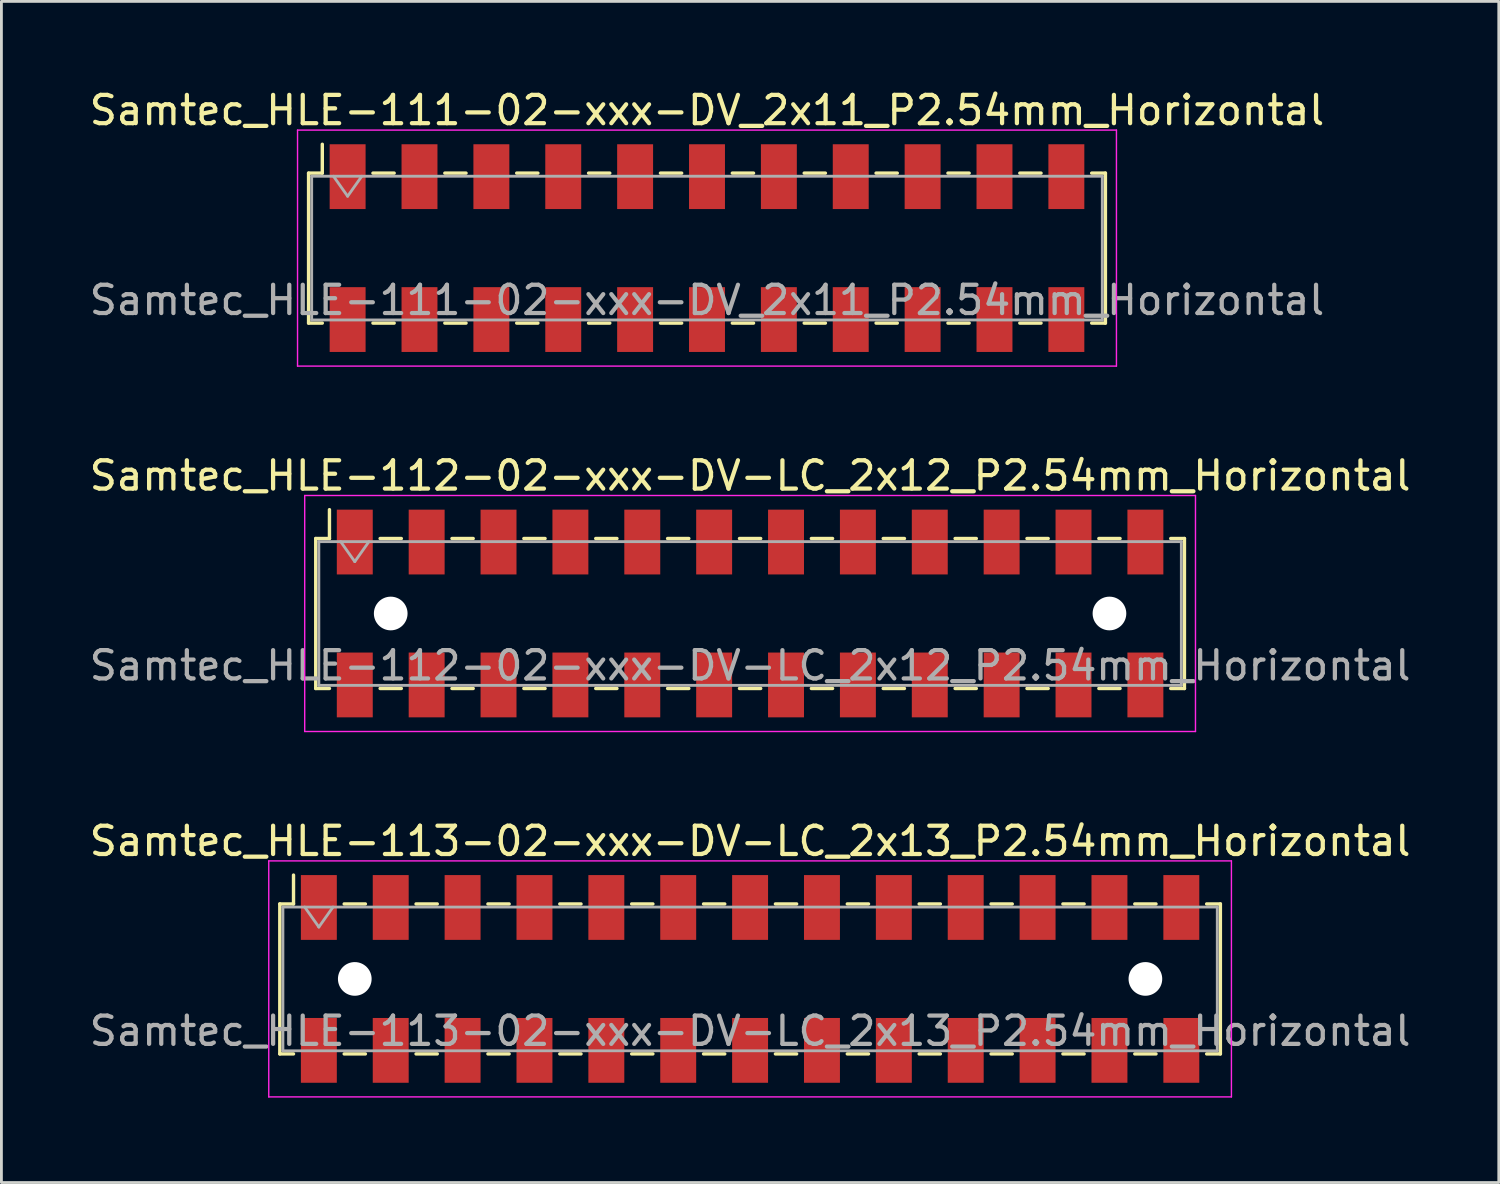
<source format=kicad_pcb>
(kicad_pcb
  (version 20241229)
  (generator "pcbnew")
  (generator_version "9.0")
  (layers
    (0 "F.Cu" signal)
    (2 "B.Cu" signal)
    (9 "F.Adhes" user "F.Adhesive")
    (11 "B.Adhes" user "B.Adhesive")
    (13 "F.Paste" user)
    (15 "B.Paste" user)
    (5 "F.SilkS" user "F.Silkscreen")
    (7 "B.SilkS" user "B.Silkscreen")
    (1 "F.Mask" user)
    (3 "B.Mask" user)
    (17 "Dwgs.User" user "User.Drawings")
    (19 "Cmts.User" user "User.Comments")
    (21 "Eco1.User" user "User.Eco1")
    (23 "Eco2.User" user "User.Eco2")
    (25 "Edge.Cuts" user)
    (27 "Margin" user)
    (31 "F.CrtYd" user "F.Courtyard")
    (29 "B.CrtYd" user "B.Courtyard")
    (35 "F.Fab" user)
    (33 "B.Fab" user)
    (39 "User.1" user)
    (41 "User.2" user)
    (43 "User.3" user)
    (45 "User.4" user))
  (footprint "Samtec_HLE-113-02-xxx-DV-LC_2x13_P2.54mm_Horizontal"
    (layer "F.Cu")
    (at 23.458 31.545)
    (property "Reference" "Samtec_HLE-113-02-xxx-DV-LC_2x13_P2.54mm_Horizontal" (at 0 -4.87 0) (layer "F.SilkS") (effects (font (size 1 1) (thickness 0.15))))
    (attr smd)
    (fp_line (start -16.62 -2.65) (end -16.62 2.65) (stroke (width 0.12) (type solid)) (layer "F.SilkS"))
    (fp_line (start -16.62 2.65) (end -16.135 2.65) (stroke (width 0.12) (type solid)) (layer "F.SilkS"))
    (fp_line (start -16.135 -3.67) (end -16.135 -2.65) (stroke (width 0.12) (type solid)) (layer "F.SilkS"))
    (fp_line (start -16.135 -2.65) (end -16.62 -2.65) (stroke (width 0.12) (type solid)) (layer "F.SilkS"))
    (fp_line (start -14.345 -2.65) (end -13.595 -2.65) (stroke (width 0.12) (type solid)) (layer "F.SilkS"))
    (fp_line (start -14.345 2.65) (end -13.595 2.65) (stroke (width 0.12) (type solid)) (layer "F.SilkS"))
    (fp_line (start -11.805 -2.65) (end -11.055 -2.65) (stroke (width 0.12) (type solid)) (layer "F.SilkS"))
    (fp_line (start -11.805 2.65) (end -11.055 2.65) (stroke (width 0.12) (type solid)) (layer "F.SilkS"))
    (fp_line (start -9.265 -2.65) (end -8.515 -2.65) (stroke (width 0.12) (type solid)) (layer "F.SilkS"))
    (fp_line (start -9.265 2.65) (end -8.515 2.65) (stroke (width 0.12) (type solid)) (layer "F.SilkS"))
    (fp_line (start -6.725 -2.65) (end -5.975 -2.65) (stroke (width 0.12) (type solid)) (layer "F.SilkS"))
    (fp_line (start -6.725 2.65) (end -5.975 2.65) (stroke (width 0.12) (type solid)) (layer "F.SilkS"))
    (fp_line (start -4.185 -2.65) (end -3.435 -2.65) (stroke (width 0.12) (type solid)) (layer "F.SilkS"))
    (fp_line (start -4.185 2.65) (end -3.435 2.65) (stroke (width 0.12) (type solid)) (layer "F.SilkS"))
    (fp_line (start -1.645 -2.65) (end -0.895 -2.65) (stroke (width 0.12) (type solid)) (layer "F.SilkS"))
    (fp_line (start -1.645 2.65) (end -0.895 2.65) (stroke (width 0.12) (type solid)) (layer "F.SilkS"))
    (fp_line (start 0.895 -2.65) (end 1.645 -2.65) (stroke (width 0.12) (type solid)) (layer "F.SilkS"))
    (fp_line (start 0.895 2.65) (end 1.645 2.65) (stroke (width 0.12) (type solid)) (layer "F.SilkS"))
    (fp_line (start 3.435 -2.65) (end 4.185 -2.65) (stroke (width 0.12) (type solid)) (layer "F.SilkS"))
    (fp_line (start 3.435 2.65) (end 4.185 2.65) (stroke (width 0.12) (type solid)) (layer "F.SilkS"))
    (fp_line (start 5.975 -2.65) (end 6.725 -2.65) (stroke (width 0.12) (type solid)) (layer "F.SilkS"))
    (fp_line (start 5.975 2.65) (end 6.725 2.65) (stroke (width 0.12) (type solid)) (layer "F.SilkS"))
    (fp_line (start 8.515 -2.65) (end 9.265 -2.65) (stroke (width 0.12) (type solid)) (layer "F.SilkS"))
    (fp_line (start 8.515 2.65) (end 9.265 2.65) (stroke (width 0.12) (type solid)) (layer "F.SilkS"))
    (fp_line (start 11.055 -2.65) (end 11.805 -2.65) (stroke (width 0.12) (type solid)) (layer "F.SilkS"))
    (fp_line (start 11.055 2.65) (end 11.805 2.65) (stroke (width 0.12) (type solid)) (layer "F.SilkS"))
    (fp_line (start 13.595 -2.65) (end 14.345 -2.65) (stroke (width 0.12) (type solid)) (layer "F.SilkS"))
    (fp_line (start 13.595 2.65) (end 14.345 2.65) (stroke (width 0.12) (type solid)) (layer "F.SilkS"))
    (fp_line (start 16.135 -2.65) (end 16.62 -2.65) (stroke (width 0.12) (type solid)) (layer "F.SilkS"))
    (fp_line (start 16.62 -2.65) (end 16.62 2.65) (stroke (width 0.12) (type solid)) (layer "F.SilkS"))
    (fp_line (start 16.62 2.65) (end 16.135 2.65) (stroke (width 0.12) (type solid)) (layer "F.SilkS"))
    (fp_line (start -17.01 -4.17) (end 17.01 -4.17) (stroke (width 0.05) (type solid)) (layer "F.CrtYd"))
    (fp_line (start -17.01 4.17) (end -17.01 -4.17) (stroke (width 0.05) (type solid)) (layer "F.CrtYd"))
    (fp_line (start 17.01 -4.17) (end 17.01 4.17) (stroke (width 0.05) (type solid)) (layer "F.CrtYd"))
    (fp_line (start 17.01 4.17) (end -17.01 4.17) (stroke (width 0.05) (type solid)) (layer "F.CrtYd"))
    (fp_line (start -16.51 -2.54) (end 16.51 -2.54) (stroke (width 0.1) (type solid)) (layer "F.Fab"))
    (fp_line (start -16.51 2.54) (end -16.51 -2.54) (stroke (width 0.1) (type solid)) (layer "F.Fab"))
    (fp_line (start -15.74 -2.54) (end -15.24 -1.833) (stroke (width 0.1) (type solid)) (layer "F.Fab"))
    (fp_line (start -15.24 -1.833) (end -14.74 -2.54) (stroke (width 0.1) (type solid)) (layer "F.Fab"))
    (fp_line (start 16.51 -2.54) (end 16.51 2.54) (stroke (width 0.1) (type solid)) (layer "F.Fab"))
    (fp_line (start 16.51 2.54) (end -16.51 2.54) (stroke (width 0.1) (type solid)) (layer "F.Fab"))
    (fp_text user "${REFERENCE}" (at 0 1.84 0) (layer "F.Fab") (effects (font (size 1 1) (thickness 0.15))))
    (pad "" np_thru_hole circle (at -13.97 0) (size 1.19 1.19) (drill 1.19) (layers "*.Cu" "*.Mask"))
    (pad "" np_thru_hole circle (at 13.97 0) (size 1.19 1.19) (drill 1.19) (layers "*.Cu" "*.Mask"))
    (pad "1" smd rect (at -15.24 -2.525) (size 1.27 2.29) (layers "F.Cu" "F.Mask" "F.Paste"))
    (pad "2" smd rect (at -15.24 2.525) (size 1.27 2.29) (layers "F.Cu" "F.Mask" "F.Paste"))
    (pad "3" smd rect (at -12.7 -2.525) (size 1.27 2.29) (layers "F.Cu" "F.Mask" "F.Paste"))
    (pad "4" smd rect (at -12.7 2.525) (size 1.27 2.29) (layers "F.Cu" "F.Mask" "F.Paste"))
    (pad "5" smd rect (at -10.16 -2.525) (size 1.27 2.29) (layers "F.Cu" "F.Mask" "F.Paste"))
    (pad "6" smd rect (at -10.16 2.525) (size 1.27 2.29) (layers "F.Cu" "F.Mask" "F.Paste"))
    (pad "7" smd rect (at -7.62 -2.525) (size 1.27 2.29) (layers "F.Cu" "F.Mask" "F.Paste"))
    (pad "8" smd rect (at -7.62 2.525) (size 1.27 2.29) (layers "F.Cu" "F.Mask" "F.Paste"))
    (pad "9" smd rect (at -5.08 -2.525) (size 1.27 2.29) (layers "F.Cu" "F.Mask" "F.Paste"))
    (pad "10" smd rect (at -5.08 2.525) (size 1.27 2.29) (layers "F.Cu" "F.Mask" "F.Paste"))
    (pad "11" smd rect (at -2.54 -2.525) (size 1.27 2.29) (layers "F.Cu" "F.Mask" "F.Paste"))
    (pad "12" smd rect (at -2.54 2.525) (size 1.27 2.29) (layers "F.Cu" "F.Mask" "F.Paste"))
    (pad "13" smd rect (at 0 -2.525) (size 1.27 2.29) (layers "F.Cu" "F.Mask" "F.Paste"))
    (pad "14" smd rect (at 0 2.525) (size 1.27 2.29) (layers "F.Cu" "F.Mask" "F.Paste"))
    (pad "15" smd rect (at 2.54 -2.525) (size 1.27 2.29) (layers "F.Cu" "F.Mask" "F.Paste"))
    (pad "16" smd rect (at 2.54 2.525) (size 1.27 2.29) (layers "F.Cu" "F.Mask" "F.Paste"))
    (pad "17" smd rect (at 5.08 -2.525) (size 1.27 2.29) (layers "F.Cu" "F.Mask" "F.Paste"))
    (pad "18" smd rect (at 5.08 2.525) (size 1.27 2.29) (layers "F.Cu" "F.Mask" "F.Paste"))
    (pad "19" smd rect (at 7.62 -2.525) (size 1.27 2.29) (layers "F.Cu" "F.Mask" "F.Paste"))
    (pad "20" smd rect (at 7.62 2.525) (size 1.27 2.29) (layers "F.Cu" "F.Mask" "F.Paste"))
    (pad "21" smd rect (at 10.16 -2.525) (size 1.27 2.29) (layers "F.Cu" "F.Mask" "F.Paste"))
    (pad "22" smd rect (at 10.16 2.525) (size 1.27 2.29) (layers "F.Cu" "F.Mask" "F.Paste"))
    (pad "23" smd rect (at 12.7 -2.525) (size 1.27 2.29) (layers "F.Cu" "F.Mask" "F.Paste"))
    (pad "24" smd rect (at 12.7 2.525) (size 1.27 2.29) (layers "F.Cu" "F.Mask" "F.Paste"))
    (pad "25" smd rect (at 15.24 -2.525) (size 1.27 2.29) (layers "F.Cu" "F.Mask" "F.Paste"))
    (pad "26" smd rect (at 15.24 2.525) (size 1.27 2.29) (layers "F.Cu" "F.Mask" "F.Paste")))
  (footprint "Samtec_HLE-111-02-xxx-DV_2x11_P2.54mm_Horizontal"
    (layer "F.Cu")
    (at 21.935 5.718)
    (property "Reference" "Samtec_HLE-111-02-xxx-DV_2x11_P2.54mm_Horizontal" (at 0 -4.87 0) (layer "F.SilkS") (effects (font (size 1 1) (thickness 0.15))))
    (attr smd)
    (fp_line (start -14.08 -2.65) (end -14.08 2.65) (stroke (width 0.12) (type solid)) (layer "F.SilkS"))
    (fp_line (start -14.08 2.65) (end -13.595 2.65) (stroke (width 0.12) (type solid)) (layer "F.SilkS"))
    (fp_line (start -13.595 -3.67) (end -13.595 -2.65) (stroke (width 0.12) (type solid)) (layer "F.SilkS"))
    (fp_line (start -13.595 -2.65) (end -14.08 -2.65) (stroke (width 0.12) (type solid)) (layer "F.SilkS"))
    (fp_line (start -11.805 -2.65) (end -11.055 -2.65) (stroke (width 0.12) (type solid)) (layer "F.SilkS"))
    (fp_line (start -11.805 2.65) (end -11.055 2.65) (stroke (width 0.12) (type solid)) (layer "F.SilkS"))
    (fp_line (start -9.265 -2.65) (end -8.515 -2.65) (stroke (width 0.12) (type solid)) (layer "F.SilkS"))
    (fp_line (start -9.265 2.65) (end -8.515 2.65) (stroke (width 0.12) (type solid)) (layer "F.SilkS"))
    (fp_line (start -6.725 -2.65) (end -5.975 -2.65) (stroke (width 0.12) (type solid)) (layer "F.SilkS"))
    (fp_line (start -6.725 2.65) (end -5.975 2.65) (stroke (width 0.12) (type solid)) (layer "F.SilkS"))
    (fp_line (start -4.185 -2.65) (end -3.435 -2.65) (stroke (width 0.12) (type solid)) (layer "F.SilkS"))
    (fp_line (start -4.185 2.65) (end -3.435 2.65) (stroke (width 0.12) (type solid)) (layer "F.SilkS"))
    (fp_line (start -1.645 -2.65) (end -0.895 -2.65) (stroke (width 0.12) (type solid)) (layer "F.SilkS"))
    (fp_line (start -1.645 2.65) (end -0.895 2.65) (stroke (width 0.12) (type solid)) (layer "F.SilkS"))
    (fp_line (start 0.895 -2.65) (end 1.645 -2.65) (stroke (width 0.12) (type solid)) (layer "F.SilkS"))
    (fp_line (start 0.895 2.65) (end 1.645 2.65) (stroke (width 0.12) (type solid)) (layer "F.SilkS"))
    (fp_line (start 3.435 -2.65) (end 4.185 -2.65) (stroke (width 0.12) (type solid)) (layer "F.SilkS"))
    (fp_line (start 3.435 2.65) (end 4.185 2.65) (stroke (width 0.12) (type solid)) (layer "F.SilkS"))
    (fp_line (start 5.975 -2.65) (end 6.725 -2.65) (stroke (width 0.12) (type solid)) (layer "F.SilkS"))
    (fp_line (start 5.975 2.65) (end 6.725 2.65) (stroke (width 0.12) (type solid)) (layer "F.SilkS"))
    (fp_line (start 8.515 -2.65) (end 9.265 -2.65) (stroke (width 0.12) (type solid)) (layer "F.SilkS"))
    (fp_line (start 8.515 2.65) (end 9.265 2.65) (stroke (width 0.12) (type solid)) (layer "F.SilkS"))
    (fp_line (start 11.055 -2.65) (end 11.805 -2.65) (stroke (width 0.12) (type solid)) (layer "F.SilkS"))
    (fp_line (start 11.055 2.65) (end 11.805 2.65) (stroke (width 0.12) (type solid)) (layer "F.SilkS"))
    (fp_line (start 13.595 -2.65) (end 14.08 -2.65) (stroke (width 0.12) (type solid)) (layer "F.SilkS"))
    (fp_line (start 14.08 -2.65) (end 14.08 2.65) (stroke (width 0.12) (type solid)) (layer "F.SilkS"))
    (fp_line (start 14.08 2.65) (end 13.595 2.65) (stroke (width 0.12) (type solid)) (layer "F.SilkS"))
    (fp_line (start -14.47 -4.17) (end 14.47 -4.17) (stroke (width 0.05) (type solid)) (layer "F.CrtYd"))
    (fp_line (start -14.47 4.17) (end -14.47 -4.17) (stroke (width 0.05) (type solid)) (layer "F.CrtYd"))
    (fp_line (start 14.47 -4.17) (end 14.47 4.17) (stroke (width 0.05) (type solid)) (layer "F.CrtYd"))
    (fp_line (start 14.47 4.17) (end -14.47 4.17) (stroke (width 0.05) (type solid)) (layer "F.CrtYd"))
    (fp_line (start -13.97 -2.54) (end 13.97 -2.54) (stroke (width 0.1) (type solid)) (layer "F.Fab"))
    (fp_line (start -13.97 2.54) (end -13.97 -2.54) (stroke (width 0.1) (type solid)) (layer "F.Fab"))
    (fp_line (start -13.2 -2.54) (end -12.7 -1.833) (stroke (width 0.1) (type solid)) (layer "F.Fab"))
    (fp_line (start -12.7 -1.833) (end -12.2 -2.54) (stroke (width 0.1) (type solid)) (layer "F.Fab"))
    (fp_line (start 13.97 -2.54) (end 13.97 2.54) (stroke (width 0.1) (type solid)) (layer "F.Fab"))
    (fp_line (start 13.97 2.54) (end -13.97 2.54) (stroke (width 0.1) (type solid)) (layer "F.Fab"))
    (fp_text user "${REFERENCE}" (at 0 1.84 0) (layer "F.Fab") (effects (font (size 1 1) (thickness 0.15))))
    (pad "1" smd rect (at -12.7 -2.525) (size 1.27 2.29) (layers "F.Cu" "F.Mask" "F.Paste"))
    (pad "2" smd rect (at -12.7 2.525) (size 1.27 2.29) (layers "F.Cu" "F.Mask" "F.Paste"))
    (pad "3" smd rect (at -10.16 -2.525) (size 1.27 2.29) (layers "F.Cu" "F.Mask" "F.Paste"))
    (pad "4" smd rect (at -10.16 2.525) (size 1.27 2.29) (layers "F.Cu" "F.Mask" "F.Paste"))
    (pad "5" smd rect (at -7.62 -2.525) (size 1.27 2.29) (layers "F.Cu" "F.Mask" "F.Paste"))
    (pad "6" smd rect (at -7.62 2.525) (size 1.27 2.29) (layers "F.Cu" "F.Mask" "F.Paste"))
    (pad "7" smd rect (at -5.08 -2.525) (size 1.27 2.29) (layers "F.Cu" "F.Mask" "F.Paste"))
    (pad "8" smd rect (at -5.08 2.525) (size 1.27 2.29) (layers "F.Cu" "F.Mask" "F.Paste"))
    (pad "9" smd rect (at -2.54 -2.525) (size 1.27 2.29) (layers "F.Cu" "F.Mask" "F.Paste"))
    (pad "10" smd rect (at -2.54 2.525) (size 1.27 2.29) (layers "F.Cu" "F.Mask" "F.Paste"))
    (pad "11" smd rect (at 0 -2.525) (size 1.27 2.29) (layers "F.Cu" "F.Mask" "F.Paste"))
    (pad "12" smd rect (at 0 2.525) (size 1.27 2.29) (layers "F.Cu" "F.Mask" "F.Paste"))
    (pad "13" smd rect (at 2.54 -2.525) (size 1.27 2.29) (layers "F.Cu" "F.Mask" "F.Paste"))
    (pad "14" smd rect (at 2.54 2.525) (size 1.27 2.29) (layers "F.Cu" "F.Mask" "F.Paste"))
    (pad "15" smd rect (at 5.08 -2.525) (size 1.27 2.29) (layers "F.Cu" "F.Mask" "F.Paste"))
    (pad "16" smd rect (at 5.08 2.525) (size 1.27 2.29) (layers "F.Cu" "F.Mask" "F.Paste"))
    (pad "17" smd rect (at 7.62 -2.525) (size 1.27 2.29) (layers "F.Cu" "F.Mask" "F.Paste"))
    (pad "18" smd rect (at 7.62 2.525) (size 1.27 2.29) (layers "F.Cu" "F.Mask" "F.Paste"))
    (pad "19" smd rect (at 10.16 -2.525) (size 1.27 2.29) (layers "F.Cu" "F.Mask" "F.Paste"))
    (pad "20" smd rect (at 10.16 2.525) (size 1.27 2.29) (layers "F.Cu" "F.Mask" "F.Paste"))
    (pad "21" smd rect (at 12.7 -2.525) (size 1.27 2.29) (layers "F.Cu" "F.Mask" "F.Paste"))
    (pad "22" smd rect (at 12.7 2.525) (size 1.27 2.29) (layers "F.Cu" "F.Mask" "F.Paste")))
  (footprint "Samtec_HLE-112-02-xxx-DV-LC_2x12_P2.54mm_Horizontal"
    (layer "F.Cu")
    (at 23.458 18.631)
    (property "Reference" "Samtec_HLE-112-02-xxx-DV-LC_2x12_P2.54mm_Horizontal" (at 0 -4.87 0) (layer "F.SilkS") (effects (font (size 1 1) (thickness 0.15))))
    (attr smd)
    (fp_line (start -15.35 -2.65) (end -15.35 2.65) (stroke (width 0.12) (type solid)) (layer "F.SilkS"))
    (fp_line (start -15.35 2.65) (end -14.865 2.65) (stroke (width 0.12) (type solid)) (layer "F.SilkS"))
    (fp_line (start -14.865 -3.67) (end -14.865 -2.65) (stroke (width 0.12) (type solid)) (layer "F.SilkS"))
    (fp_line (start -14.865 -2.65) (end -15.35 -2.65) (stroke (width 0.12) (type solid)) (layer "F.SilkS"))
    (fp_line (start -13.075 -2.65) (end -12.325 -2.65) (stroke (width 0.12) (type solid)) (layer "F.SilkS"))
    (fp_line (start -13.075 2.65) (end -12.325 2.65) (stroke (width 0.12) (type solid)) (layer "F.SilkS"))
    (fp_line (start -10.535 -2.65) (end -9.785 -2.65) (stroke (width 0.12) (type solid)) (layer "F.SilkS"))
    (fp_line (start -10.535 2.65) (end -9.785 2.65) (stroke (width 0.12) (type solid)) (layer "F.SilkS"))
    (fp_line (start -7.995 -2.65) (end -7.245 -2.65) (stroke (width 0.12) (type solid)) (layer "F.SilkS"))
    (fp_line (start -7.995 2.65) (end -7.245 2.65) (stroke (width 0.12) (type solid)) (layer "F.SilkS"))
    (fp_line (start -5.455 -2.65) (end -4.705 -2.65) (stroke (width 0.12) (type solid)) (layer "F.SilkS"))
    (fp_line (start -5.455 2.65) (end -4.705 2.65) (stroke (width 0.12) (type solid)) (layer "F.SilkS"))
    (fp_line (start -2.915 -2.65) (end -2.165 -2.65) (stroke (width 0.12) (type solid)) (layer "F.SilkS"))
    (fp_line (start -2.915 2.65) (end -2.165 2.65) (stroke (width 0.12) (type solid)) (layer "F.SilkS"))
    (fp_line (start -0.375 -2.65) (end 0.375 -2.65) (stroke (width 0.12) (type solid)) (layer "F.SilkS"))
    (fp_line (start -0.375 2.65) (end 0.375 2.65) (stroke (width 0.12) (type solid)) (layer "F.SilkS"))
    (fp_line (start 2.165 -2.65) (end 2.915 -2.65) (stroke (width 0.12) (type solid)) (layer "F.SilkS"))
    (fp_line (start 2.165 2.65) (end 2.915 2.65) (stroke (width 0.12) (type solid)) (layer "F.SilkS"))
    (fp_line (start 4.705 -2.65) (end 5.455 -2.65) (stroke (width 0.12) (type solid)) (layer "F.SilkS"))
    (fp_line (start 4.705 2.65) (end 5.455 2.65) (stroke (width 0.12) (type solid)) (layer "F.SilkS"))
    (fp_line (start 7.245 -2.65) (end 7.995 -2.65) (stroke (width 0.12) (type solid)) (layer "F.SilkS"))
    (fp_line (start 7.245 2.65) (end 7.995 2.65) (stroke (width 0.12) (type solid)) (layer "F.SilkS"))
    (fp_line (start 9.785 -2.65) (end 10.535 -2.65) (stroke (width 0.12) (type solid)) (layer "F.SilkS"))
    (fp_line (start 9.785 2.65) (end 10.535 2.65) (stroke (width 0.12) (type solid)) (layer "F.SilkS"))
    (fp_line (start 12.325 -2.65) (end 13.075 -2.65) (stroke (width 0.12) (type solid)) (layer "F.SilkS"))
    (fp_line (start 12.325 2.65) (end 13.075 2.65) (stroke (width 0.12) (type solid)) (layer "F.SilkS"))
    (fp_line (start 14.865 -2.65) (end 15.35 -2.65) (stroke (width 0.12) (type solid)) (layer "F.SilkS"))
    (fp_line (start 15.35 -2.65) (end 15.35 2.65) (stroke (width 0.12) (type solid)) (layer "F.SilkS"))
    (fp_line (start 15.35 2.65) (end 14.865 2.65) (stroke (width 0.12) (type solid)) (layer "F.SilkS"))
    (fp_line (start -15.74 -4.17) (end 15.74 -4.17) (stroke (width 0.05) (type solid)) (layer "F.CrtYd"))
    (fp_line (start -15.74 4.17) (end -15.74 -4.17) (stroke (width 0.05) (type solid)) (layer "F.CrtYd"))
    (fp_line (start 15.74 -4.17) (end 15.74 4.17) (stroke (width 0.05) (type solid)) (layer "F.CrtYd"))
    (fp_line (start 15.74 4.17) (end -15.74 4.17) (stroke (width 0.05) (type solid)) (layer "F.CrtYd"))
    (fp_line (start -15.24 -2.54) (end 15.24 -2.54) (stroke (width 0.1) (type solid)) (layer "F.Fab"))
    (fp_line (start -15.24 2.54) (end -15.24 -2.54) (stroke (width 0.1) (type solid)) (layer "F.Fab"))
    (fp_line (start -14.47 -2.54) (end -13.97 -1.833) (stroke (width 0.1) (type solid)) (layer "F.Fab"))
    (fp_line (start -13.97 -1.833) (end -13.47 -2.54) (stroke (width 0.1) (type solid)) (layer "F.Fab"))
    (fp_line (start 15.24 -2.54) (end 15.24 2.54) (stroke (width 0.1) (type solid)) (layer "F.Fab"))
    (fp_line (start 15.24 2.54) (end -15.24 2.54) (stroke (width 0.1) (type solid)) (layer "F.Fab"))
    (fp_text user "${REFERENCE}" (at 0 1.84 0) (layer "F.Fab") (effects (font (size 1 1) (thickness 0.15))))
    (pad "" np_thru_hole circle (at -12.7 0) (size 1.19 1.19) (drill 1.19) (layers "*.Cu" "*.Mask"))
    (pad "" np_thru_hole circle (at 12.7 0) (size 1.19 1.19) (drill 1.19) (layers "*.Cu" "*.Mask"))
    (pad "1" smd rect (at -13.97 -2.525) (size 1.27 2.29) (layers "F.Cu" "F.Mask" "F.Paste"))
    (pad "2" smd rect (at -13.97 2.525) (size 1.27 2.29) (layers "F.Cu" "F.Mask" "F.Paste"))
    (pad "3" smd rect (at -11.43 -2.525) (size 1.27 2.29) (layers "F.Cu" "F.Mask" "F.Paste"))
    (pad "4" smd rect (at -11.43 2.525) (size 1.27 2.29) (layers "F.Cu" "F.Mask" "F.Paste"))
    (pad "5" smd rect (at -8.89 -2.525) (size 1.27 2.29) (layers "F.Cu" "F.Mask" "F.Paste"))
    (pad "6" smd rect (at -8.89 2.525) (size 1.27 2.29) (layers "F.Cu" "F.Mask" "F.Paste"))
    (pad "7" smd rect (at -6.35 -2.525) (size 1.27 2.29) (layers "F.Cu" "F.Mask" "F.Paste"))
    (pad "8" smd rect (at -6.35 2.525) (size 1.27 2.29) (layers "F.Cu" "F.Mask" "F.Paste"))
    (pad "9" smd rect (at -3.81 -2.525) (size 1.27 2.29) (layers "F.Cu" "F.Mask" "F.Paste"))
    (pad "10" smd rect (at -3.81 2.525) (size 1.27 2.29) (layers "F.Cu" "F.Mask" "F.Paste"))
    (pad "11" smd rect (at -1.27 -2.525) (size 1.27 2.29) (layers "F.Cu" "F.Mask" "F.Paste"))
    (pad "12" smd rect (at -1.27 2.525) (size 1.27 2.29) (layers "F.Cu" "F.Mask" "F.Paste"))
    (pad "13" smd rect (at 1.27 -2.525) (size 1.27 2.29) (layers "F.Cu" "F.Mask" "F.Paste"))
    (pad "14" smd rect (at 1.27 2.525) (size 1.27 2.29) (layers "F.Cu" "F.Mask" "F.Paste"))
    (pad "15" smd rect (at 3.81 -2.525) (size 1.27 2.29) (layers "F.Cu" "F.Mask" "F.Paste"))
    (pad "16" smd rect (at 3.81 2.525) (size 1.27 2.29) (layers "F.Cu" "F.Mask" "F.Paste"))
    (pad "17" smd rect (at 6.35 -2.525) (size 1.27 2.29) (layers "F.Cu" "F.Mask" "F.Paste"))
    (pad "18" smd rect (at 6.35 2.525) (size 1.27 2.29) (layers "F.Cu" "F.Mask" "F.Paste"))
    (pad "19" smd rect (at 8.89 -2.525) (size 1.27 2.29) (layers "F.Cu" "F.Mask" "F.Paste"))
    (pad "20" smd rect (at 8.89 2.525) (size 1.27 2.29) (layers "F.Cu" "F.Mask" "F.Paste"))
    (pad "21" smd rect (at 11.43 -2.525) (size 1.27 2.29) (layers "F.Cu" "F.Mask" "F.Paste"))
    (pad "22" smd rect (at 11.43 2.525) (size 1.27 2.29) (layers "F.Cu" "F.Mask" "F.Paste"))
    (pad "23" smd rect (at 13.97 -2.525) (size 1.27 2.29) (layers "F.Cu" "F.Mask" "F.Paste"))
    (pad "24" smd rect (at 13.97 2.525) (size 1.27 2.29) (layers "F.Cu" "F.Mask" "F.Paste")))
  (gr_rect
    (start -3 -3)
    (end 49.917 38.74)
    (stroke (width 0.1) (type default))
    (fill no)
    (layer "Edge.Cuts")))
</source>
